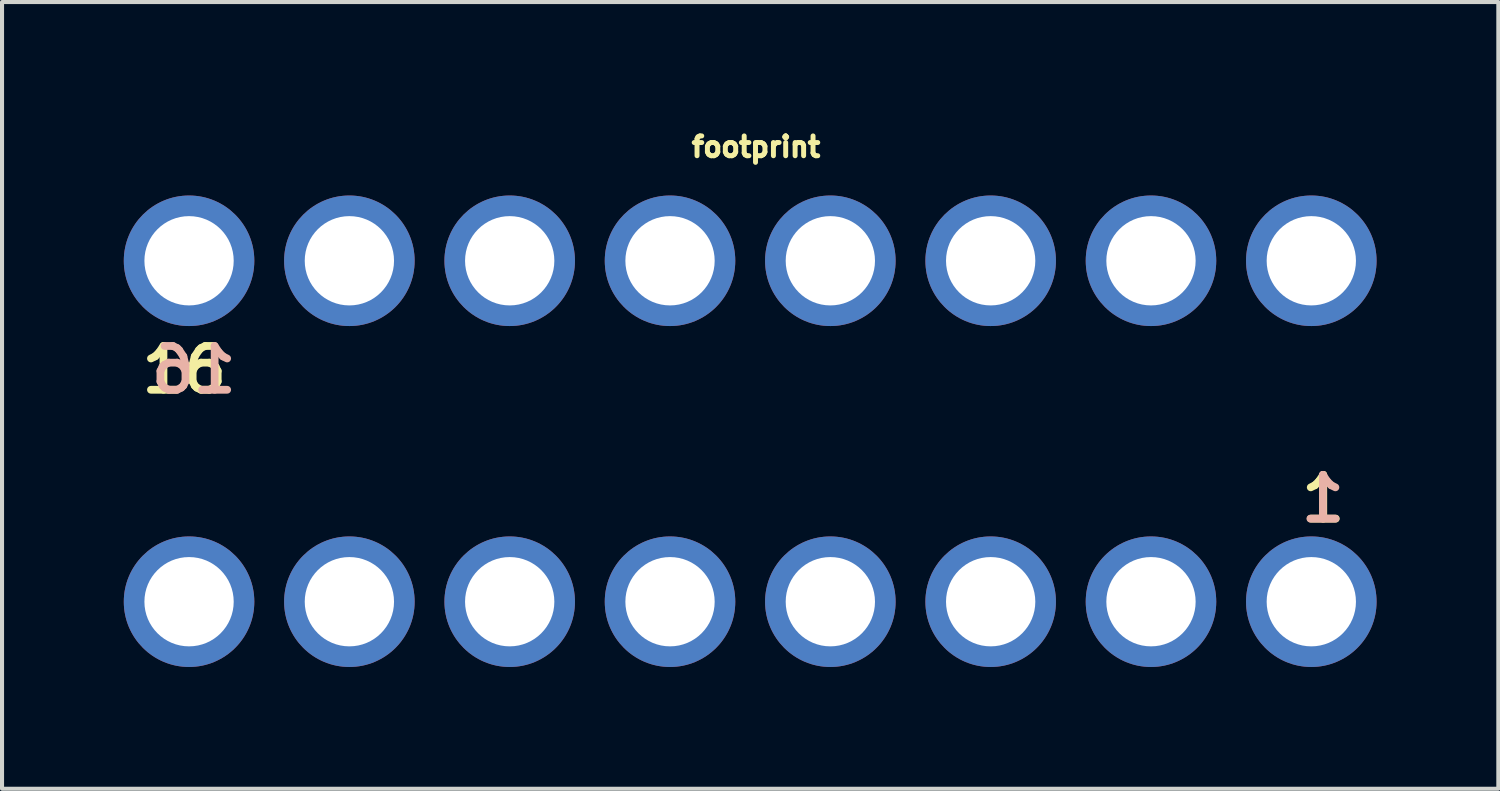
<source format=kicad_pcb>
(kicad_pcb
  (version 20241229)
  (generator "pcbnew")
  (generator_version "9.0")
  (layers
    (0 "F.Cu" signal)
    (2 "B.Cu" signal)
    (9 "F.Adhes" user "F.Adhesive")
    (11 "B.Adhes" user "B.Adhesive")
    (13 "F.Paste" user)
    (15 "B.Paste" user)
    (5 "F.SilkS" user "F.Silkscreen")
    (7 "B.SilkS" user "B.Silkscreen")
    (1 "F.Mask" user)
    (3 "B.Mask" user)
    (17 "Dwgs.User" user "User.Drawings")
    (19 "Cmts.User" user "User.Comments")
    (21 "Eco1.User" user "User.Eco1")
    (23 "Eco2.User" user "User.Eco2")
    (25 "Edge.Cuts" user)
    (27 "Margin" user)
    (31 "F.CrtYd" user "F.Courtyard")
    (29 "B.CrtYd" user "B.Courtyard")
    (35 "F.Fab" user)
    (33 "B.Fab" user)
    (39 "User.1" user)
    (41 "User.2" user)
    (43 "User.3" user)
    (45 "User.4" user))
  (footprint "footprint"
    (layer "F.Cu")
    (at 15.578 7.965)
    (property "Reference" "footprint" (at -1.651 -7.112 0) (layer "F.SilkS") (effects (font (size 0.488 0.488) (thickness 0.122)) (justify left bottom)))
    (fp_text user "16" (at -15.24 -1.27 0) (layer "F.SilkS") (effects (font (size 1.079 1.079) (thickness 0.191)) (justify left bottom)))
    (fp_text user "1" (at 13.335 1.905 0) (layer "F.SilkS") (effects (font (size 1.079 1.079) (thickness 0.191)) (justify left bottom)))
    (fp_text user "16" (at -12.7 -1.27 0) (layer "B.SilkS") (effects (font (size 1.079 1.079) (thickness 0.191)) (justify left bottom mirror)))
    (fp_text user "1" (at 14.605 1.905 0) (layer "B.SilkS") (effects (font (size 1.079 1.079) (thickness 0.191)) (justify left bottom mirror)))
    (pad "1" thru_hole circle (at 13.68 3.81) (size 3.216 3.216) (drill 2.2) (layers "*.Cu" "*.Mask"))
    (pad "2" thru_hole circle (at 9.73 3.81) (size 3.216 3.216) (drill 2.2) (layers "*.Cu" "*.Mask"))
    (pad "3" thru_hole circle (at 5.78 3.81) (size 3.216 3.216) (drill 2.2) (layers "*.Cu" "*.Mask"))
    (pad "4" thru_hole circle (at 1.83 3.81) (size 3.216 3.216) (drill 2.2) (layers "*.Cu" "*.Mask"))
    (pad "5" thru_hole circle (at -2.12 3.81) (size 3.216 3.216) (drill 2.2) (layers "*.Cu" "*.Mask"))
    (pad "6" thru_hole circle (at -6.07 3.81) (size 3.216 3.216) (drill 2.2) (layers "*.Cu" "*.Mask"))
    (pad "7" thru_hole circle (at -10.02 3.81) (size 3.216 3.216) (drill 2.2) (layers "*.Cu" "*.Mask"))
    (pad "8" thru_hole circle (at -13.97 3.81) (size 3.216 3.216) (drill 2.2) (layers "*.Cu" "*.Mask"))
    (pad "9" thru_hole circle (at 13.68 -4.59) (size 3.216 3.216) (drill 2.2) (layers "*.Cu" "*.Mask"))
    (pad "10" thru_hole circle (at 9.73 -4.59) (size 3.216 3.216) (drill 2.2) (layers "*.Cu" "*.Mask"))
    (pad "11" thru_hole circle (at 5.78 -4.59) (size 3.216 3.216) (drill 2.2) (layers "*.Cu" "*.Mask"))
    (pad "12" thru_hole circle (at 1.83 -4.59) (size 3.216 3.216) (drill 2.2) (layers "*.Cu" "*.Mask"))
    (pad "13" thru_hole circle (at -2.12 -4.59) (size 3.216 3.216) (drill 2.2) (layers "*.Cu" "*.Mask"))
    (pad "14" thru_hole circle (at -6.07 -4.59) (size 3.216 3.216) (drill 2.2) (layers "*.Cu" "*.Mask"))
    (pad "15" thru_hole circle (at -10.02 -4.59) (size 3.216 3.216) (drill 2.2) (layers "*.Cu" "*.Mask"))
    (pad "16" thru_hole circle (at -13.97 -4.59) (size 3.216 3.216) (drill 2.2) (layers "*.Cu" "*.Mask")))
  (gr_rect
    (start -3 -3)
    (end 33.866 16.383)
    (stroke (width 0.1) (type default))
    (fill no)
    (layer "Edge.Cuts")))
</source>
